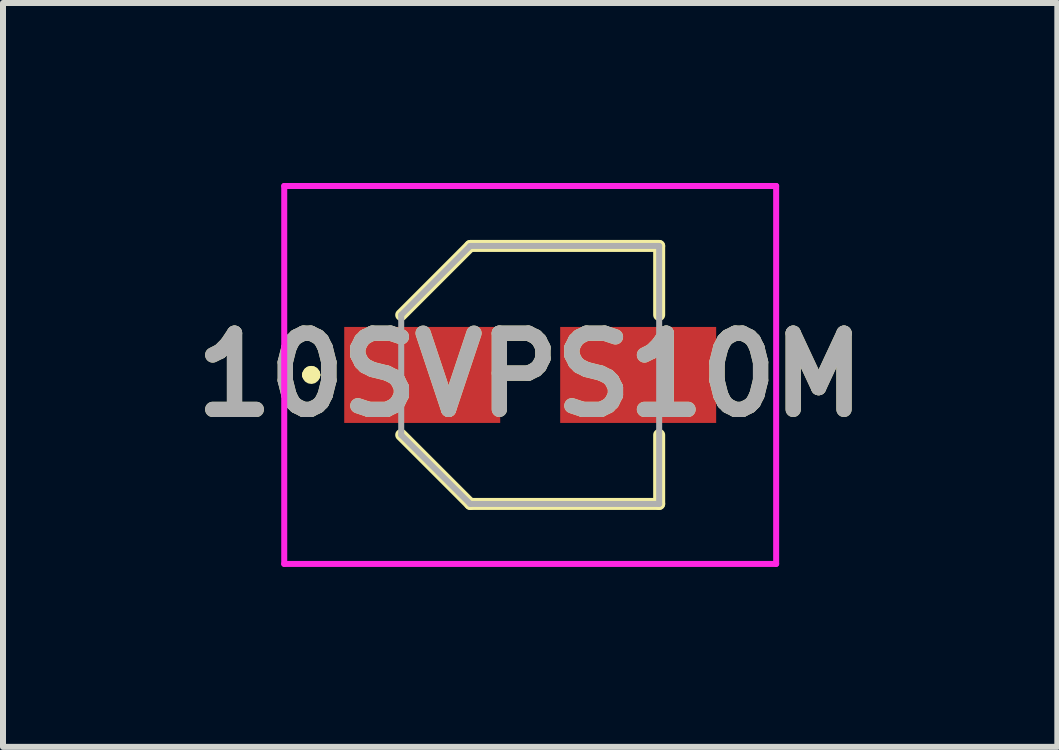
<source format=kicad_pcb>
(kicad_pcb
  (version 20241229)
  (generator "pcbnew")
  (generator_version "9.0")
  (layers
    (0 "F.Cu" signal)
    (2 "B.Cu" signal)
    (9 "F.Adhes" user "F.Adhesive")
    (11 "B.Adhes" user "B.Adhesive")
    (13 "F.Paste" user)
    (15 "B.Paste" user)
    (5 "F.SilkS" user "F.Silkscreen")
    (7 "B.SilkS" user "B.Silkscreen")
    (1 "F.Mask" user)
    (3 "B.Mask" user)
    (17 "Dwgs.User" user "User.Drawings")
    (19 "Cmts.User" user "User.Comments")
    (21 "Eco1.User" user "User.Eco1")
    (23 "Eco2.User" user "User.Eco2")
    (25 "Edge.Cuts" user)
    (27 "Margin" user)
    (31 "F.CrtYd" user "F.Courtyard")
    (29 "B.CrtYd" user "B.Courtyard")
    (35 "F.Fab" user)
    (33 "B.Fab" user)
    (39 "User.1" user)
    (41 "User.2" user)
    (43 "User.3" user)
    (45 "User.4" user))
  (footprint "10SVPS10M"
    (layer "F.Cu")
    (at 5.788 3.2)
    (property "Reference" "10SVPS10M" (at 0 0 0) (layer "F.SilkS") (effects (font (size 1.27 1.27) (thickness 0.254))))
    (attr smd)
    (fp_line (start -3.7 0) (end -3.7 0) (stroke (width 0.2) (type solid)) (layer "F.SilkS"))
    (fp_line (start -3.6 0) (end -3.6 0) (stroke (width 0.2) (type solid)) (layer "F.SilkS"))
    (fp_line (start -3.6 0) (end -3.6 0) (stroke (width 0.2) (type solid)) (layer "F.SilkS"))
    (fp_line (start -2.15 -1) (end -1 -2.15) (stroke (width 0.2) (type solid)) (layer "F.SilkS"))
    (fp_line (start -2.15 1) (end -1 2.15) (stroke (width 0.2) (type solid)) (layer "F.SilkS"))
    (fp_line (start -1 -2.15) (end 2.15 -2.15) (stroke (width 0.2) (type solid)) (layer "F.SilkS"))
    (fp_line (start -1 2.15) (end 2.15 2.15) (stroke (width 0.2) (type solid)) (layer "F.SilkS"))
    (fp_line (start 2.15 -2.15) (end 2.15 -1) (stroke (width 0.2) (type solid)) (layer "F.SilkS"))
    (fp_line (start 2.15 2.15) (end 2.15 1) (stroke (width 0.2) (type solid)) (layer "F.SilkS"))
    (fp_arc (start -3.7 0) (mid -3.65 -0.05) (end -3.6 0) (stroke (width 0.2) (type solid)) (layer "F.SilkS"))
    (fp_arc (start -3.7 0) (mid -3.65 -0.05) (end -3.6 0) (stroke (width 0.2) (type solid)) (layer "F.SilkS"))
    (fp_arc (start -3.6 0) (mid -3.65 0.05) (end -3.7 0) (stroke (width 0.2) (type solid)) (layer "F.SilkS"))
    (fp_line (start -4.1 -3.15) (end 4.1 -3.15) (stroke (width 0.1) (type solid)) (layer "F.CrtYd"))
    (fp_line (start -4.1 3.15) (end -4.1 -3.15) (stroke (width 0.1) (type solid)) (layer "F.CrtYd"))
    (fp_line (start 4.1 -3.15) (end 4.1 3.15) (stroke (width 0.1) (type solid)) (layer "F.CrtYd"))
    (fp_line (start 4.1 3.15) (end -4.1 3.15) (stroke (width 0.1) (type solid)) (layer "F.CrtYd"))
    (fp_line (start -2.15 -1) (end -1 -2.15) (stroke (width 0.1) (type solid)) (layer "F.Fab"))
    (fp_line (start -2.15 1) (end -2.15 -1) (stroke (width 0.1) (type solid)) (layer "F.Fab"))
    (fp_line (start -1 -2.15) (end 2.15 -2.15) (stroke (width 0.1) (type solid)) (layer "F.Fab"))
    (fp_line (start -1 2.15) (end -2.15 1) (stroke (width 0.1) (type solid)) (layer "F.Fab"))
    (fp_line (start 2.15 -2.15) (end 2.15 2.15) (stroke (width 0.1) (type solid)) (layer "F.Fab"))
    (fp_line (start 2.15 2.15) (end -1 2.15) (stroke (width 0.1) (type solid)) (layer "F.Fab"))
    (fp_text user "${REFERENCE}" (at 0 0 0) (layer "F.Fab") (effects (font (size 1.27 1.27) (thickness 0.254))))
    (pad "1" smd rect (at -1.8 0 90) (size 1.6 2.6) (layers "F.Cu" "F.Mask" "F.Paste"))
    (pad "2" smd rect (at 1.8 0 90) (size 1.6 2.6) (layers "F.Cu" "F.Mask" "F.Paste")))
  (gr_rect
    (start -3 -3)
    (end 14.575 9.4)
    (stroke (width 0.1) (type default))
    (fill no)
    (layer "Edge.Cuts")))
</source>
